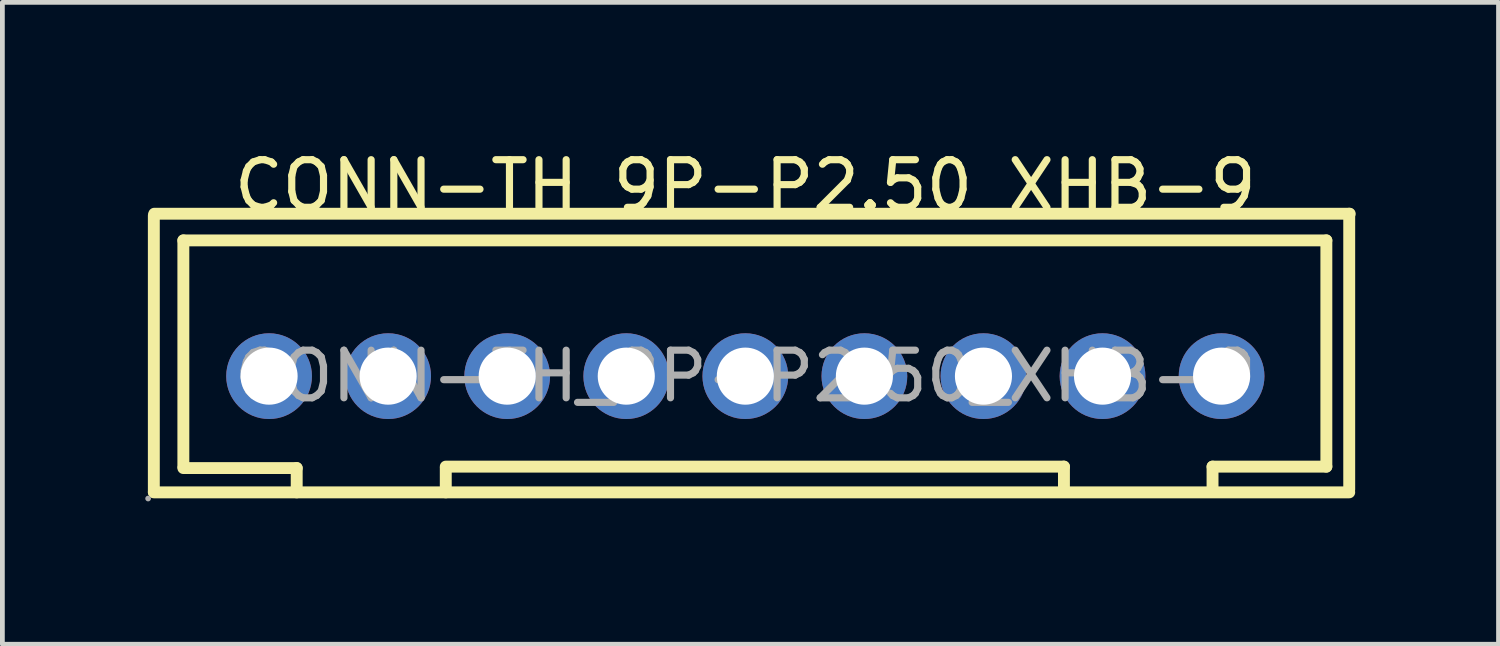
<source format=kicad_pcb>
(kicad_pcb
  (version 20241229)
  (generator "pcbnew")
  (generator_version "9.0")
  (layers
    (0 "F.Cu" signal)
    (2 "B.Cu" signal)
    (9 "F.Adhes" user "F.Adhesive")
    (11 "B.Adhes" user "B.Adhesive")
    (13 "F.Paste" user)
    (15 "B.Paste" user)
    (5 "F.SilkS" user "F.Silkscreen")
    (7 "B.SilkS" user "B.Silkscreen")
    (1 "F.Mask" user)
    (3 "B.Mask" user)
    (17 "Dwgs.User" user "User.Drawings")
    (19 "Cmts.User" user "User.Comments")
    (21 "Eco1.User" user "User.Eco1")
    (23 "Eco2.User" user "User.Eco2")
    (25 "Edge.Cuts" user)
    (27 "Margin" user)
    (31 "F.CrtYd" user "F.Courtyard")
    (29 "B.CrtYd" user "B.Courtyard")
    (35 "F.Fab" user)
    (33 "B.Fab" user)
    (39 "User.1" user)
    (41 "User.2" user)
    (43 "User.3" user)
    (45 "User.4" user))
  (footprint "CONN-TH_9P-P2.50_XHB-9"
    (layer "F.Cu")
    (at 12.6 4.848)
    (property "Reference" "CONN-TH_9P-P2.50_XHB-9" (at 0 -4 0) (layer "F.SilkS") (effects (font (size 1 1) (thickness 0.15))))
    (attr through_hole)
    (fp_line (start -12.42 -3.37) (end -12.42 2.43) (stroke (width 0.25) (type solid)) (layer "F.SilkS"))
    (fp_line (start -12.42 2.44) (end 12.68 2.44) (stroke (width 0.25) (type solid)) (layer "F.SilkS"))
    (fp_line (start -12.41 -3.41) (end 12.69 -3.41) (stroke (width 0.25) (type solid)) (layer "F.SilkS"))
    (fp_line (start -11.8 -2.85) (end -11.8 1.9) (stroke (width 0.25) (type solid)) (layer "F.SilkS"))
    (fp_line (start -11.8 -2.85) (end 12.2 -2.85) (stroke (width 0.25) (type solid)) (layer "F.SilkS"))
    (fp_line (start -11.8 1.93) (end -9.42 1.93) (stroke (width 0.25) (type solid)) (layer "F.SilkS"))
    (fp_line (start -9.42 1.93) (end -9.42 2.44) (stroke (width 0.25) (type solid)) (layer "F.SilkS"))
    (fp_line (start -6.29 1.9) (end 6.69 1.9) (stroke (width 0.25) (type solid)) (layer "F.SilkS"))
    (fp_line (start -6.29 1.93) (end -6.29 2.44) (stroke (width 0.25) (type solid)) (layer "F.SilkS"))
    (fp_line (start 6.69 1.9) (end 6.69 2.41) (stroke (width 0.25) (type solid)) (layer "F.SilkS"))
    (fp_line (start 9.81 1.9) (end 9.81 2.41) (stroke (width 0.25) (type solid)) (layer "F.SilkS"))
    (fp_line (start 12.2 -2.85) (end 12.2 1.9) (stroke (width 0.25) (type solid)) (layer "F.SilkS"))
    (fp_line (start 12.2 1.9) (end 9.81 1.9) (stroke (width 0.25) (type solid)) (layer "F.SilkS"))
    (fp_line (start 12.68 -3.41) (end 12.68 2.38) (stroke (width 0.25) (type solid)) (layer "F.SilkS"))
    (fp_circle (center -12.54 2.57) (end -12.51 2.57) (stroke (width 0.06) (type solid)) (fill no) (layer "F.Fab"))
    (fp_circle (center -10 0) (end -9.75 0) (stroke (width 0.5) (type solid)) (fill no) (layer "F.Fab"))
    (fp_circle (center -7.5 0) (end -7.25 0) (stroke (width 0.5) (type solid)) (fill no) (layer "F.Fab"))
    (fp_circle (center -5 0) (end -4.75 0) (stroke (width 0.5) (type solid)) (fill no) (layer "F.Fab"))
    (fp_circle (center -2.5 0) (end -2.25 0) (stroke (width 0.5) (type solid)) (fill no) (layer "F.Fab"))
    (fp_circle (center 0 0) (end 0.25 0) (stroke (width 0.5) (type solid)) (fill no) (layer "F.Fab"))
    (fp_circle (center 2.5 0) (end 2.75 0) (stroke (width 0.5) (type solid)) (fill no) (layer "F.Fab"))
    (fp_circle (center 5 0) (end 5.25 0) (stroke (width 0.5) (type solid)) (fill no) (layer "F.Fab"))
    (fp_circle (center 7.5 0) (end 7.75 0) (stroke (width 0.5) (type solid)) (fill no) (layer "F.Fab"))
    (fp_circle (center 10 0) (end 10.25 0) (stroke (width 0.5) (type solid)) (fill no) (layer "F.Fab"))
    (fp_text user "${REFERENCE}" (at 0 0 0) (layer "F.Fab") (effects (font (size 1 1) (thickness 0.15))))
    (pad "1" thru_hole circle (at -10 0) (size 1.8 1.8) (drill 1.199) (layers "*.Cu" "*.Paste" "*.Mask"))
    (pad "2" thru_hole circle (at -7.5 0) (size 1.8 1.8) (drill 1.199) (layers "*.Cu" "*.Paste" "*.Mask"))
    (pad "3" thru_hole circle (at -5 0) (size 1.8 1.8) (drill 1.199) (layers "*.Cu" "*.Paste" "*.Mask"))
    (pad "4" thru_hole circle (at -2.5 0) (size 1.8 1.8) (drill 1.199) (layers "*.Cu" "*.Paste" "*.Mask"))
    (pad "5" thru_hole circle (at 0 0) (size 1.8 1.8) (drill 1.199) (layers "*.Cu" "*.Paste" "*.Mask"))
    (pad "6" thru_hole circle (at 2.5 0) (size 1.8 1.8) (drill 1.199) (layers "*.Cu" "*.Paste" "*.Mask"))
    (pad "7" thru_hole circle (at 5 0) (size 1.8 1.8) (drill 1.199) (layers "*.Cu" "*.Paste" "*.Mask"))
    (pad "8" thru_hole circle (at 7.5 0) (size 1.8 1.8) (drill 1.199) (layers "*.Cu" "*.Paste" "*.Mask"))
    (pad "9" thru_hole circle (at 10 0) (size 1.8 1.8) (drill 1.199) (layers "*.Cu" "*.Paste" "*.Mask")))
  (gr_rect
    (start -3 -3)
    (end 28.415 10.478)
    (stroke (width 0.1) (type default))
    (fill no)
    (layer "Edge.Cuts")))
</source>
